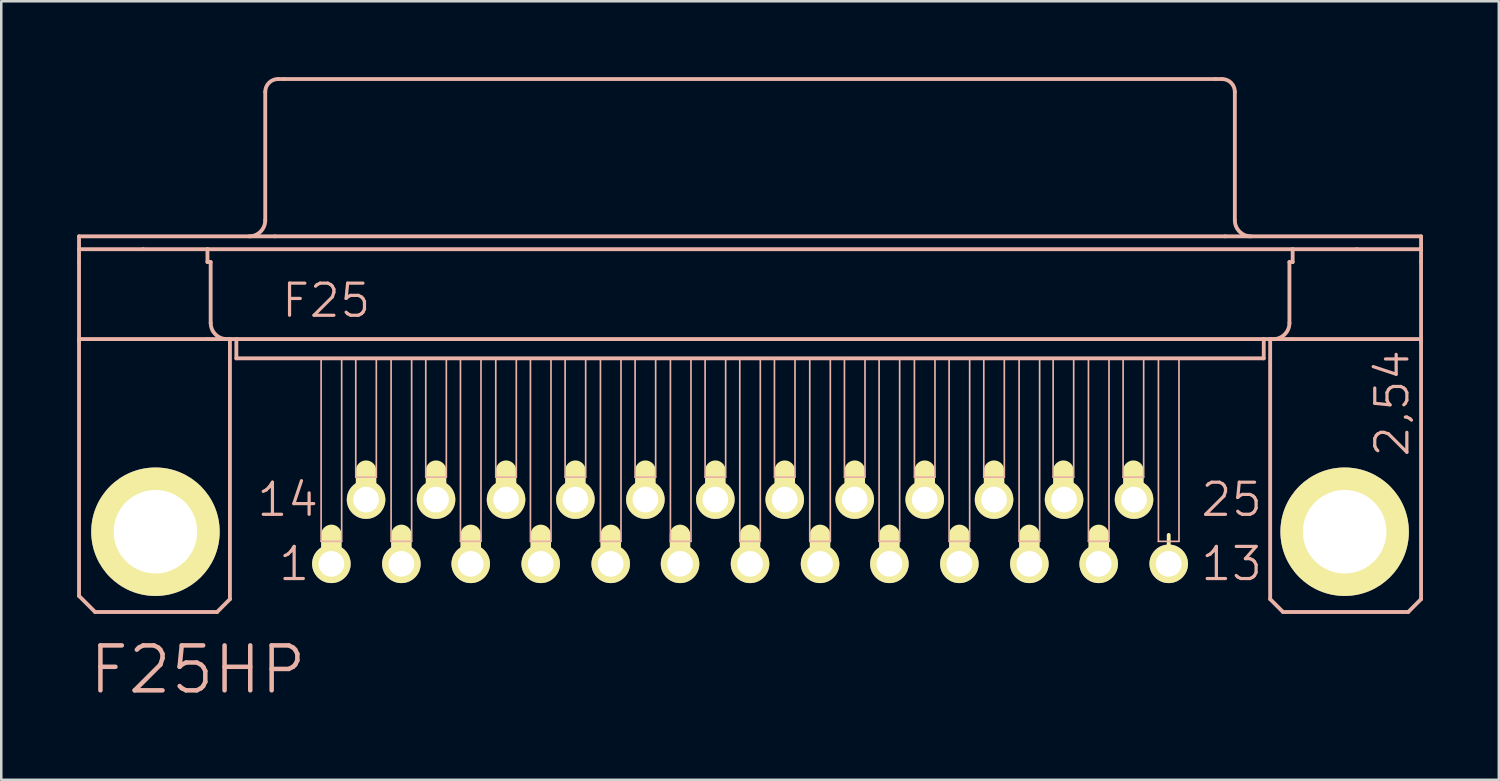
<source format=kicad_pcb>
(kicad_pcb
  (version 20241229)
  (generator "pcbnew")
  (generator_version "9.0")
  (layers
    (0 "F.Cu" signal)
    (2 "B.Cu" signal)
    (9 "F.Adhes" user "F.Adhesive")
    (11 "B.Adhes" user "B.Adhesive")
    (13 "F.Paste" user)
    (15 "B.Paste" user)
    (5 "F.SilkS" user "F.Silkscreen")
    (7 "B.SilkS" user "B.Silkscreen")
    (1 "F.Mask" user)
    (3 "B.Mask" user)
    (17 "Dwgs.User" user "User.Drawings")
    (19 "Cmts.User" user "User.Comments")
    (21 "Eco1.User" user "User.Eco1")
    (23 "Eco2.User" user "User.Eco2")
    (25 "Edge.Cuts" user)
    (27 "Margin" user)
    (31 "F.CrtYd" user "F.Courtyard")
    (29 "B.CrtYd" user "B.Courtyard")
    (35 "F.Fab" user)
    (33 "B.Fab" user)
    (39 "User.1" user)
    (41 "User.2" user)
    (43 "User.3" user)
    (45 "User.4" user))
  (footprint "F25HP"
    (layer "F.Cu")
    (at 26.619 17.983)
    (property "Reference" "F25HP" (at -21.844 5.461 0) (layer "B.SilkS") (effects (font (size 1.778 1.778) (thickness 0.178))))
    (attr exclude_from_pos_files exclude_from_bom)
    (fp_line (start -16.561 1.143) (end -16.561 0.127) (stroke (width 0.813) (type solid)) (layer "F.SilkS"))
    (fp_line (start -15.189 -1.397) (end -15.189 -2.413) (stroke (width 0.813) (type solid)) (layer "F.SilkS"))
    (fp_line (start -13.792 1.143) (end -13.792 0.127) (stroke (width 0.813) (type solid)) (layer "F.SilkS"))
    (fp_line (start -12.421 -1.397) (end -12.421 -2.413) (stroke (width 0.813) (type solid)) (layer "F.SilkS"))
    (fp_line (start -11.049 1.143) (end -11.049 0.127) (stroke (width 0.813) (type solid)) (layer "F.SilkS"))
    (fp_line (start -9.652 -1.397) (end -9.652 -2.413) (stroke (width 0.813) (type solid)) (layer "F.SilkS"))
    (fp_line (start -8.28 1.143) (end -8.28 0.127) (stroke (width 0.813) (type solid)) (layer "F.SilkS"))
    (fp_line (start -6.909 -1.397) (end -6.909 -2.413) (stroke (width 0.813) (type solid)) (layer "F.SilkS"))
    (fp_line (start -5.512 1.143) (end -5.512 0.127) (stroke (width 0.813) (type solid)) (layer "F.SilkS"))
    (fp_line (start -4.14 -1.397) (end -4.14 -2.413) (stroke (width 0.813) (type solid)) (layer "F.SilkS"))
    (fp_line (start -2.769 1.143) (end -2.769 0.127) (stroke (width 0.813) (type solid)) (layer "F.SilkS"))
    (fp_line (start -1.372 -1.397) (end -1.372 -2.413) (stroke (width 0.813) (type solid)) (layer "F.SilkS"))
    (fp_line (start 0 1.143) (end 0 0.127) (stroke (width 0.813) (type solid)) (layer "F.SilkS"))
    (fp_line (start 1.372 -1.397) (end 1.372 -2.413) (stroke (width 0.813) (type solid)) (layer "F.SilkS"))
    (fp_line (start 2.769 1.143) (end 2.769 0.127) (stroke (width 0.813) (type solid)) (layer "F.SilkS"))
    (fp_line (start 4.14 -1.397) (end 4.14 -2.413) (stroke (width 0.813) (type solid)) (layer "F.SilkS"))
    (fp_line (start 5.512 1.143) (end 5.512 0.127) (stroke (width 0.813) (type solid)) (layer "F.SilkS"))
    (fp_line (start 6.909 -1.397) (end 6.909 -2.413) (stroke (width 0.813) (type solid)) (layer "F.SilkS"))
    (fp_line (start 8.28 1.143) (end 8.28 0.127) (stroke (width 0.813) (type solid)) (layer "F.SilkS"))
    (fp_line (start 9.652 -1.397) (end 9.652 -2.413) (stroke (width 0.813) (type solid)) (layer "F.SilkS"))
    (fp_line (start 11.049 1.143) (end 11.049 0.127) (stroke (width 0.813) (type solid)) (layer "F.SilkS"))
    (fp_line (start 12.395 -1.397) (end 12.395 -2.413) (stroke (width 0.813) (type solid)) (layer "F.SilkS"))
    (fp_line (start 13.792 1.143) (end 13.792 0.127) (stroke (width 0.813) (type solid)) (layer "F.SilkS"))
    (fp_line (start 15.164 -1.397) (end 15.164 -2.413) (stroke (width 0.813) (type solid)) (layer "F.SilkS"))
    (fp_line (start 16.561 1.143) (end 16.561 0.127) (stroke (width 0.152) (type solid)) (layer "F.SilkS"))
    (fp_line (start -26.543 -11.684) (end -18.796 -11.684) (stroke (width 0.152) (type solid)) (layer "B.SilkS"))
    (fp_line (start -26.543 -11.684) (end 26.543 -11.684) (stroke (width 0.066) (type solid)) (layer "B.SilkS"))
    (fp_line (start -26.543 -11.176) (end -26.543 -11.684) (stroke (width 0.066) (type solid)) (layer "B.SilkS"))
    (fp_line (start -26.543 -11.176) (end -26.543 -11.684) (stroke (width 0.152) (type solid)) (layer "B.SilkS"))
    (fp_line (start -26.543 -11.176) (end -24.003 -11.176) (stroke (width 0.152) (type solid)) (layer "B.SilkS"))
    (fp_line (start -26.543 -11.176) (end 26.543 -11.176) (stroke (width 0.066) (type solid)) (layer "B.SilkS"))
    (fp_line (start -26.543 -10.668) (end -26.543 -11.176) (stroke (width 0.152) (type solid)) (layer "B.SilkS"))
    (fp_line (start -26.543 -7.62) (end -26.543 -10.668) (stroke (width 0.152) (type solid)) (layer "B.SilkS"))
    (fp_line (start -26.543 -7.62) (end -26.543 -7.493) (stroke (width 0.152) (type solid)) (layer "B.SilkS"))
    (fp_line (start -26.543 -7.62) (end -21.463 -7.62) (stroke (width 0.152) (type solid)) (layer "B.SilkS"))
    (fp_line (start -26.543 2.54) (end -26.543 -7.493) (stroke (width 0.152) (type solid)) (layer "B.SilkS"))
    (fp_line (start -25.908 3.175) (end -26.543 2.54) (stroke (width 0.152) (type solid)) (layer "B.SilkS"))
    (fp_line (start -24.003 -11.176) (end -21.463 -11.176) (stroke (width 0.152) (type solid)) (layer "B.SilkS"))
    (fp_line (start -21.463 -11.176) (end 21.463 -11.176) (stroke (width 0.152) (type solid)) (layer "B.SilkS"))
    (fp_line (start -21.463 -10.668) (end -21.463 -11.176) (stroke (width 0.152) (type solid)) (layer "B.SilkS"))
    (fp_line (start -21.463 -10.668) (end -21.336 -10.668) (stroke (width 0.152) (type solid)) (layer "B.SilkS"))
    (fp_line (start -21.463 -7.62) (end -20.574 -7.62) (stroke (width 0.152) (type solid)) (layer "B.SilkS"))
    (fp_line (start -21.336 -8.255) (end -21.336 -10.668) (stroke (width 0.152) (type solid)) (layer "B.SilkS"))
    (fp_line (start -21.082 3.175) (end -25.908 3.175) (stroke (width 0.152) (type solid)) (layer "B.SilkS"))
    (fp_line (start -21.082 3.175) (end -20.574 2.667) (stroke (width 0.152) (type solid)) (layer "B.SilkS"))
    (fp_line (start -20.574 -7.62) (end -20.32 -7.62) (stroke (width 0.152) (type solid)) (layer "B.SilkS"))
    (fp_line (start -20.574 2.667) (end -20.574 -7.62) (stroke (width 0.152) (type solid)) (layer "B.SilkS"))
    (fp_line (start -20.32 -7.62) (end -20.32 -6.858) (stroke (width 0.152) (type solid)) (layer "B.SilkS"))
    (fp_line (start -20.32 -7.62) (end 20.32 -7.62) (stroke (width 0.066) (type solid)) (layer "B.SilkS"))
    (fp_line (start -20.32 -7.62) (end 20.32 -7.62) (stroke (width 0.152) (type solid)) (layer "B.SilkS"))
    (fp_line (start -20.32 -6.858) (end -20.32 -7.62) (stroke (width 0.066) (type solid)) (layer "B.SilkS"))
    (fp_line (start -20.32 -6.858) (end 20.32 -6.858) (stroke (width 0.066) (type solid)) (layer "B.SilkS"))
    (fp_line (start -20.32 -6.858) (end 20.32 -6.858) (stroke (width 0.152) (type solid)) (layer "B.SilkS"))
    (fp_line (start -19.177 -12.319) (end -19.177 -17.399) (stroke (width 0.152) (type solid)) (layer "B.SilkS"))
    (fp_line (start -18.796 -11.684) (end 18.796 -11.684) (stroke (width 0.152) (type solid)) (layer "B.SilkS"))
    (fp_line (start -18.669 -17.907) (end -18.415 -17.907) (stroke (width 0.152) (type solid)) (layer "B.SilkS"))
    (fp_line (start -18.415 -17.907) (end 18.415 -17.907) (stroke (width 0.152) (type solid)) (layer "B.SilkS"))
    (fp_line (start -16.967 -6.858) (end -16.154 -6.858) (stroke (width 0.066) (type solid)) (layer "B.SilkS"))
    (fp_line (start -16.967 0.381) (end -16.967 -6.858) (stroke (width 0.066) (type solid)) (layer "B.SilkS"))
    (fp_line (start -16.967 0.381) (end -16.154 0.381) (stroke (width 0.066) (type solid)) (layer "B.SilkS"))
    (fp_line (start -16.154 0.381) (end -16.154 -6.858) (stroke (width 0.066) (type solid)) (layer "B.SilkS"))
    (fp_line (start -15.596 -6.858) (end -14.783 -6.858) (stroke (width 0.066) (type solid)) (layer "B.SilkS"))
    (fp_line (start -15.596 -2.159) (end -15.596 -6.858) (stroke (width 0.066) (type solid)) (layer "B.SilkS"))
    (fp_line (start -15.596 -2.159) (end -14.783 -2.159) (stroke (width 0.066) (type solid)) (layer "B.SilkS"))
    (fp_line (start -14.783 -2.159) (end -14.783 -6.858) (stroke (width 0.066) (type solid)) (layer "B.SilkS"))
    (fp_line (start -14.199 -6.858) (end -13.386 -6.858) (stroke (width 0.066) (type solid)) (layer "B.SilkS"))
    (fp_line (start -14.199 0.381) (end -14.199 -6.858) (stroke (width 0.066) (type solid)) (layer "B.SilkS"))
    (fp_line (start -14.199 0.381) (end -13.386 0.381) (stroke (width 0.066) (type solid)) (layer "B.SilkS"))
    (fp_line (start -13.386 0.381) (end -13.386 -6.858) (stroke (width 0.066) (type solid)) (layer "B.SilkS"))
    (fp_line (start -12.827 -6.858) (end -12.014 -6.858) (stroke (width 0.066) (type solid)) (layer "B.SilkS"))
    (fp_line (start -12.827 -2.159) (end -12.827 -6.858) (stroke (width 0.066) (type solid)) (layer "B.SilkS"))
    (fp_line (start -12.827 -2.159) (end -12.014 -2.159) (stroke (width 0.066) (type solid)) (layer "B.SilkS"))
    (fp_line (start -12.014 -2.159) (end -12.014 -6.858) (stroke (width 0.066) (type solid)) (layer "B.SilkS"))
    (fp_line (start -11.455 -6.858) (end -10.643 -6.858) (stroke (width 0.066) (type solid)) (layer "B.SilkS"))
    (fp_line (start -11.455 0.381) (end -11.455 -6.858) (stroke (width 0.066) (type solid)) (layer "B.SilkS"))
    (fp_line (start -11.455 0.381) (end -10.643 0.381) (stroke (width 0.066) (type solid)) (layer "B.SilkS"))
    (fp_line (start -10.643 0.381) (end -10.643 -6.858) (stroke (width 0.066) (type solid)) (layer "B.SilkS"))
    (fp_line (start -10.058 -6.858) (end -9.246 -6.858) (stroke (width 0.066) (type solid)) (layer "B.SilkS"))
    (fp_line (start -10.058 -2.159) (end -10.058 -6.858) (stroke (width 0.066) (type solid)) (layer "B.SilkS"))
    (fp_line (start -10.058 -2.159) (end -9.246 -2.159) (stroke (width 0.066) (type solid)) (layer "B.SilkS"))
    (fp_line (start -9.246 -2.159) (end -9.246 -6.858) (stroke (width 0.066) (type solid)) (layer "B.SilkS"))
    (fp_line (start -8.687 -6.858) (end -7.874 -6.858) (stroke (width 0.066) (type solid)) (layer "B.SilkS"))
    (fp_line (start -8.687 0.381) (end -8.687 -6.858) (stroke (width 0.066) (type solid)) (layer "B.SilkS"))
    (fp_line (start -8.687 0.381) (end -7.874 0.381) (stroke (width 0.066) (type solid)) (layer "B.SilkS"))
    (fp_line (start -7.874 0.381) (end -7.874 -6.858) (stroke (width 0.066) (type solid)) (layer "B.SilkS"))
    (fp_line (start -7.315 -6.858) (end -6.502 -6.858) (stroke (width 0.066) (type solid)) (layer "B.SilkS"))
    (fp_line (start -7.315 -2.159) (end -7.315 -6.858) (stroke (width 0.066) (type solid)) (layer "B.SilkS"))
    (fp_line (start -7.315 -2.159) (end -6.502 -2.159) (stroke (width 0.066) (type solid)) (layer "B.SilkS"))
    (fp_line (start -6.502 -2.159) (end -6.502 -6.858) (stroke (width 0.066) (type solid)) (layer "B.SilkS"))
    (fp_line (start -5.918 -6.858) (end -5.105 -6.858) (stroke (width 0.066) (type solid)) (layer "B.SilkS"))
    (fp_line (start -5.918 0.381) (end -5.918 -6.858) (stroke (width 0.066) (type solid)) (layer "B.SilkS"))
    (fp_line (start -5.918 0.381) (end -5.105 0.381) (stroke (width 0.066) (type solid)) (layer "B.SilkS"))
    (fp_line (start -5.105 0.381) (end -5.105 -6.858) (stroke (width 0.066) (type solid)) (layer "B.SilkS"))
    (fp_line (start -4.547 -6.858) (end -3.734 -6.858) (stroke (width 0.066) (type solid)) (layer "B.SilkS"))
    (fp_line (start -4.547 -2.159) (end -4.547 -6.858) (stroke (width 0.066) (type solid)) (layer "B.SilkS"))
    (fp_line (start -4.547 -2.159) (end -3.734 -2.159) (stroke (width 0.066) (type solid)) (layer "B.SilkS"))
    (fp_line (start -3.734 -2.159) (end -3.734 -6.858) (stroke (width 0.066) (type solid)) (layer "B.SilkS"))
    (fp_line (start -3.15 -6.858) (end -2.337 -6.858) (stroke (width 0.066) (type solid)) (layer "B.SilkS"))
    (fp_line (start -3.15 0.381) (end -3.15 -6.858) (stroke (width 0.066) (type solid)) (layer "B.SilkS"))
    (fp_line (start -3.15 0.381) (end -2.337 0.381) (stroke (width 0.066) (type solid)) (layer "B.SilkS"))
    (fp_line (start -2.337 0.381) (end -2.337 -6.858) (stroke (width 0.066) (type solid)) (layer "B.SilkS"))
    (fp_line (start -1.778 -6.858) (end -0.965 -6.858) (stroke (width 0.066) (type solid)) (layer "B.SilkS"))
    (fp_line (start -1.778 -2.159) (end -1.778 -6.858) (stroke (width 0.066) (type solid)) (layer "B.SilkS"))
    (fp_line (start -1.778 -2.159) (end -0.965 -2.159) (stroke (width 0.066) (type solid)) (layer "B.SilkS"))
    (fp_line (start -0.965 -2.159) (end -0.965 -6.858) (stroke (width 0.066) (type solid)) (layer "B.SilkS"))
    (fp_line (start -0.406 -6.858) (end 0.406 -6.858) (stroke (width 0.066) (type solid)) (layer "B.SilkS"))
    (fp_line (start -0.406 0.381) (end -0.406 -6.858) (stroke (width 0.066) (type solid)) (layer "B.SilkS"))
    (fp_line (start -0.406 0.381) (end 0.406 0.381) (stroke (width 0.066) (type solid)) (layer "B.SilkS"))
    (fp_line (start 0.406 0.381) (end 0.406 -6.858) (stroke (width 0.066) (type solid)) (layer "B.SilkS"))
    (fp_line (start 0.965 -6.858) (end 1.778 -6.858) (stroke (width 0.066) (type solid)) (layer "B.SilkS"))
    (fp_line (start 0.965 -2.159) (end 0.965 -6.858) (stroke (width 0.066) (type solid)) (layer "B.SilkS"))
    (fp_line (start 0.965 -2.159) (end 1.778 -2.159) (stroke (width 0.066) (type solid)) (layer "B.SilkS"))
    (fp_line (start 1.778 -2.159) (end 1.778 -6.858) (stroke (width 0.066) (type solid)) (layer "B.SilkS"))
    (fp_line (start 2.362 -6.858) (end 3.175 -6.858) (stroke (width 0.066) (type solid)) (layer "B.SilkS"))
    (fp_line (start 2.362 0.381) (end 2.362 -6.858) (stroke (width 0.066) (type solid)) (layer "B.SilkS"))
    (fp_line (start 2.362 0.381) (end 3.175 0.381) (stroke (width 0.066) (type solid)) (layer "B.SilkS"))
    (fp_line (start 3.175 0.381) (end 3.175 -6.858) (stroke (width 0.066) (type solid)) (layer "B.SilkS"))
    (fp_line (start 3.734 -6.858) (end 4.547 -6.858) (stroke (width 0.066) (type solid)) (layer "B.SilkS"))
    (fp_line (start 3.734 -2.159) (end 3.734 -6.858) (stroke (width 0.066) (type solid)) (layer "B.SilkS"))
    (fp_line (start 3.734 -2.159) (end 4.547 -2.159) (stroke (width 0.066) (type solid)) (layer "B.SilkS"))
    (fp_line (start 4.547 -2.159) (end 4.547 -6.858) (stroke (width 0.066) (type solid)) (layer "B.SilkS"))
    (fp_line (start 5.105 -6.858) (end 5.918 -6.858) (stroke (width 0.066) (type solid)) (layer "B.SilkS"))
    (fp_line (start 5.105 0.381) (end 5.105 -6.858) (stroke (width 0.066) (type solid)) (layer "B.SilkS"))
    (fp_line (start 5.105 0.381) (end 5.918 0.381) (stroke (width 0.066) (type solid)) (layer "B.SilkS"))
    (fp_line (start 5.918 0.381) (end 5.918 -6.858) (stroke (width 0.066) (type solid)) (layer "B.SilkS"))
    (fp_line (start 6.502 -6.858) (end 7.315 -6.858) (stroke (width 0.066) (type solid)) (layer "B.SilkS"))
    (fp_line (start 6.502 -2.159) (end 6.502 -6.858) (stroke (width 0.066) (type solid)) (layer "B.SilkS"))
    (fp_line (start 6.502 -2.159) (end 7.315 -2.159) (stroke (width 0.066) (type solid)) (layer "B.SilkS"))
    (fp_line (start 7.315 -2.159) (end 7.315 -6.858) (stroke (width 0.066) (type solid)) (layer "B.SilkS"))
    (fp_line (start 7.874 -6.858) (end 8.687 -6.858) (stroke (width 0.066) (type solid)) (layer "B.SilkS"))
    (fp_line (start 7.874 0.381) (end 7.874 -6.858) (stroke (width 0.066) (type solid)) (layer "B.SilkS"))
    (fp_line (start 7.874 0.381) (end 8.687 0.381) (stroke (width 0.066) (type solid)) (layer "B.SilkS"))
    (fp_line (start 8.687 0.381) (end 8.687 -6.858) (stroke (width 0.066) (type solid)) (layer "B.SilkS"))
    (fp_line (start 9.246 -6.858) (end 10.058 -6.858) (stroke (width 0.066) (type solid)) (layer "B.SilkS"))
    (fp_line (start 9.246 -2.159) (end 9.246 -6.858) (stroke (width 0.066) (type solid)) (layer "B.SilkS"))
    (fp_line (start 9.246 -2.159) (end 10.058 -2.159) (stroke (width 0.066) (type solid)) (layer "B.SilkS"))
    (fp_line (start 10.058 -2.159) (end 10.058 -6.858) (stroke (width 0.066) (type solid)) (layer "B.SilkS"))
    (fp_line (start 10.643 -6.858) (end 11.455 -6.858) (stroke (width 0.066) (type solid)) (layer "B.SilkS"))
    (fp_line (start 10.643 0.381) (end 10.643 -6.858) (stroke (width 0.066) (type solid)) (layer "B.SilkS"))
    (fp_line (start 10.643 0.381) (end 11.455 0.381) (stroke (width 0.066) (type solid)) (layer "B.SilkS"))
    (fp_line (start 11.455 0.381) (end 11.455 -6.858) (stroke (width 0.066) (type solid)) (layer "B.SilkS"))
    (fp_line (start 11.989 -6.858) (end 12.802 -6.858) (stroke (width 0.066) (type solid)) (layer "B.SilkS"))
    (fp_line (start 11.989 -2.159) (end 11.989 -6.858) (stroke (width 0.066) (type solid)) (layer "B.SilkS"))
    (fp_line (start 11.989 -2.159) (end 12.802 -2.159) (stroke (width 0.066) (type solid)) (layer "B.SilkS"))
    (fp_line (start 12.802 -2.159) (end 12.802 -6.858) (stroke (width 0.066) (type solid)) (layer "B.SilkS"))
    (fp_line (start 13.386 -6.858) (end 14.199 -6.858) (stroke (width 0.066) (type solid)) (layer "B.SilkS"))
    (fp_line (start 13.386 0.381) (end 13.386 -6.858) (stroke (width 0.066) (type solid)) (layer "B.SilkS"))
    (fp_line (start 13.386 0.381) (end 14.199 0.381) (stroke (width 0.066) (type solid)) (layer "B.SilkS"))
    (fp_line (start 14.199 0.381) (end 14.199 -6.858) (stroke (width 0.066) (type solid)) (layer "B.SilkS"))
    (fp_line (start 14.757 -6.858) (end 15.57 -6.858) (stroke (width 0.066) (type solid)) (layer "B.SilkS"))
    (fp_line (start 14.757 -2.159) (end 14.757 -6.858) (stroke (width 0.066) (type solid)) (layer "B.SilkS"))
    (fp_line (start 14.757 -2.159) (end 15.57 -2.159) (stroke (width 0.066) (type solid)) (layer "B.SilkS"))
    (fp_line (start 15.57 -2.159) (end 15.57 -6.858) (stroke (width 0.066) (type solid)) (layer "B.SilkS"))
    (fp_line (start 16.154 -6.858) (end 16.967 -6.858) (stroke (width 0.066) (type solid)) (layer "B.SilkS"))
    (fp_line (start 16.154 0.381) (end 16.154 -6.858) (stroke (width 0.066) (type solid)) (layer "B.SilkS"))
    (fp_line (start 16.154 0.381) (end 16.967 0.381) (stroke (width 0.066) (type solid)) (layer "B.SilkS"))
    (fp_line (start 16.967 0.381) (end 16.967 -6.858) (stroke (width 0.066) (type solid)) (layer "B.SilkS"))
    (fp_line (start 18.415 -17.907) (end 18.669 -17.907) (stroke (width 0.152) (type solid)) (layer "B.SilkS"))
    (fp_line (start 18.796 -11.684) (end 26.543 -11.684) (stroke (width 0.152) (type solid)) (layer "B.SilkS"))
    (fp_line (start 19.177 -12.319) (end 19.177 -17.399) (stroke (width 0.152) (type solid)) (layer "B.SilkS"))
    (fp_line (start 20.32 -7.62) (end 20.32 -6.858) (stroke (width 0.152) (type solid)) (layer "B.SilkS"))
    (fp_line (start 20.32 -7.62) (end 20.574 -7.62) (stroke (width 0.152) (type solid)) (layer "B.SilkS"))
    (fp_line (start 20.32 -6.858) (end 20.32 -7.62) (stroke (width 0.066) (type solid)) (layer "B.SilkS"))
    (fp_line (start 20.574 -7.62) (end 21.463 -7.62) (stroke (width 0.152) (type solid)) (layer "B.SilkS"))
    (fp_line (start 20.574 2.667) (end 20.574 -7.62) (stroke (width 0.152) (type solid)) (layer "B.SilkS"))
    (fp_line (start 20.574 2.667) (end 21.082 3.175) (stroke (width 0.152) (type solid)) (layer "B.SilkS"))
    (fp_line (start 21.082 3.175) (end 26.035 3.175) (stroke (width 0.152) (type solid)) (layer "B.SilkS"))
    (fp_line (start 21.336 -10.668) (end 21.463 -10.668) (stroke (width 0.152) (type solid)) (layer "B.SilkS"))
    (fp_line (start 21.336 -8.255) (end 21.336 -10.668) (stroke (width 0.152) (type solid)) (layer "B.SilkS"))
    (fp_line (start 21.463 -11.176) (end 24.003 -11.176) (stroke (width 0.152) (type solid)) (layer "B.SilkS"))
    (fp_line (start 21.463 -10.668) (end 21.463 -11.176) (stroke (width 0.152) (type solid)) (layer "B.SilkS"))
    (fp_line (start 21.463 -7.62) (end 26.543 -7.62) (stroke (width 0.152) (type solid)) (layer "B.SilkS"))
    (fp_line (start 24.003 -11.176) (end 26.543 -11.176) (stroke (width 0.152) (type solid)) (layer "B.SilkS"))
    (fp_line (start 26.035 3.175) (end 26.543 2.667) (stroke (width 0.152) (type solid)) (layer "B.SilkS"))
    (fp_line (start 26.543 -11.684) (end 26.543 -11.176) (stroke (width 0.152) (type solid)) (layer "B.SilkS"))
    (fp_line (start 26.543 -11.176) (end 26.543 -11.684) (stroke (width 0.066) (type solid)) (layer "B.SilkS"))
    (fp_line (start 26.543 -11.176) (end 26.543 -10.668) (stroke (width 0.152) (type solid)) (layer "B.SilkS"))
    (fp_line (start 26.543 -10.668) (end 26.543 -7.62) (stroke (width 0.152) (type solid)) (layer "B.SilkS"))
    (fp_line (start 26.543 -7.62) (end 26.543 -7.493) (stroke (width 0.152) (type solid)) (layer "B.SilkS"))
    (fp_line (start 26.543 2.667) (end 26.543 -7.493) (stroke (width 0.152) (type solid)) (layer "B.SilkS"))
    (fp_arc (start -20.69846 -7.62) (mid -21.147473 -7.805987) (end -21.33346 -8.255) (stroke (width 0.1524) (type solid)) (layer "B.SilkS"))
    (fp_arc (start -19.177 -17.399) (mid -19.02821 -17.75821) (end -18.669 -17.907) (stroke (width 0.1524) (type solid)) (layer "B.SilkS"))
    (fp_arc (start -19.177 -12.319) (mid -19.362987 -11.869987) (end -19.812 -11.684) (stroke (width 0.1524) (type solid)) (layer "B.SilkS"))
    (fp_arc (start 18.669 -17.907) (mid 19.02821 -17.75821) (end 19.177 -17.399) (stroke (width 0.1524) (type solid)) (layer "B.SilkS"))
    (fp_arc (start 19.812 -11.684) (mid 19.362987 -11.869987) (end 19.177 -12.319) (stroke (width 0.1524) (type solid)) (layer "B.SilkS"))
    (fp_arc (start 21.336 -8.255) (mid 21.149269 -7.804191) (end 20.69846 -7.61746) (stroke (width 0.1524) (type solid)) (layer "B.SilkS"))
    (fp_circle (center -23.52 0) (end -24.346 0.826) (stroke (width 0.076) (type solid)) (fill no) (layer "B.SilkS"))
    (fp_circle (center 23.52 0) (end 24.346 0.826) (stroke (width 0.076) (type solid)) (fill no) (layer "B.SilkS"))
    (fp_text user "25" (at 19.05 -1.27 0) (layer "B.SilkS") (effects (font (size 1.27 1.27) (thickness 0.127))))
    (fp_text user "2,54" (at 25.4 -5.08 90) (layer "B.SilkS") (effects (font (size 1.27 1.27) (thickness 0.127))))
    (fp_text user "F25" (at -16.764 -9.144 0) (layer "B.SilkS") (effects (font (size 1.27 1.27) (thickness 0.127))))
    (fp_text user "13" (at 19.05 1.27 0) (layer "B.SilkS") (effects (font (size 1.27 1.27) (thickness 0.127))))
    (fp_text user "1" (at -18.034 1.27 0) (layer "B.SilkS") (effects (font (size 1.27 1.27) (thickness 0.127))))
    (fp_text user "14" (at -18.288 -1.27 0) (layer "B.SilkS") (effects (font (size 1.27 1.27) (thickness 0.127))))
    (pad "1" thru_hole circle (at -16.561 1.27) (size 1.524 1.524) (drill 1.016) (layers "*.Cu" "F.Mask" "F.SilkS" "F.Paste"))
    (pad "2" thru_hole circle (at -13.792 1.27) (size 1.524 1.524) (drill 1.016) (layers "*.Cu" "F.Mask" "F.SilkS" "F.Paste"))
    (pad "3" thru_hole circle (at -11.049 1.27) (size 1.524 1.524) (drill 1.016) (layers "*.Cu" "F.Mask" "F.SilkS" "F.Paste"))
    (pad "4" thru_hole circle (at -8.28 1.27) (size 1.524 1.524) (drill 1.016) (layers "*.Cu" "F.Mask" "F.SilkS" "F.Paste"))
    (pad "5" thru_hole circle (at -5.512 1.27) (size 1.524 1.524) (drill 1.016) (layers "*.Cu" "F.Mask" "F.SilkS" "F.Paste"))
    (pad "6" thru_hole circle (at -2.769 1.27) (size 1.524 1.524) (drill 1.016) (layers "*.Cu" "F.Mask" "F.SilkS" "F.Paste"))
    (pad "7" thru_hole circle (at 0 1.27) (size 1.524 1.524) (drill 1.016) (layers "*.Cu" "F.Mask" "F.SilkS" "F.Paste"))
    (pad "8" thru_hole circle (at 2.769 1.27) (size 1.524 1.524) (drill 1.016) (layers "*.Cu" "F.Mask" "F.SilkS" "F.Paste"))
    (pad "9" thru_hole circle (at 5.512 1.27) (size 1.524 1.524) (drill 1.016) (layers "*.Cu" "F.Mask" "F.SilkS" "F.Paste"))
    (pad "10" thru_hole circle (at 8.28 1.27) (size 1.524 1.524) (drill 1.016) (layers "*.Cu" "F.Mask" "F.SilkS" "F.Paste"))
    (pad "11" thru_hole circle (at 11.049 1.27) (size 1.524 1.524) (drill 1.016) (layers "*.Cu" "F.Mask" "F.SilkS" "F.Paste"))
    (pad "12" thru_hole circle (at 13.792 1.27) (size 1.524 1.524) (drill 1.016) (layers "*.Cu" "F.Mask" "F.SilkS" "F.Paste"))
    (pad "13" thru_hole circle (at 16.561 1.27) (size 1.524 1.524) (drill 1.016) (layers "*.Cu" "F.Mask" "F.SilkS" "F.Paste"))
    (pad "14" thru_hole circle (at -15.189 -1.27) (size 1.524 1.524) (drill 1.016) (layers "*.Cu" "F.Mask" "F.SilkS" "F.Paste"))
    (pad "15" thru_hole circle (at -12.421 -1.27) (size 1.524 1.524) (drill 1.016) (layers "*.Cu" "F.Mask" "F.SilkS" "F.Paste"))
    (pad "16" thru_hole circle (at -9.652 -1.27) (size 1.524 1.524) (drill 1.016) (layers "*.Cu" "F.Mask" "F.SilkS" "F.Paste"))
    (pad "17" thru_hole circle (at -6.909 -1.27) (size 1.524 1.524) (drill 1.016) (layers "*.Cu" "F.Mask" "F.SilkS" "F.Paste"))
    (pad "18" thru_hole circle (at -4.14 -1.27) (size 1.524 1.524) (drill 1.016) (layers "*.Cu" "F.Mask" "F.SilkS" "F.Paste"))
    (pad "19" thru_hole circle (at -1.372 -1.27) (size 1.524 1.524) (drill 1.016) (layers "*.Cu" "F.Mask" "F.SilkS" "F.Paste"))
    (pad "20" thru_hole circle (at 1.372 -1.27) (size 1.524 1.524) (drill 1.016) (layers "*.Cu" "F.Mask" "F.SilkS" "F.Paste"))
    (pad "21" thru_hole circle (at 4.14 -1.27) (size 1.524 1.524) (drill 1.016) (layers "*.Cu" "F.Mask" "F.SilkS" "F.Paste"))
    (pad "22" thru_hole circle (at 6.909 -1.27) (size 1.524 1.524) (drill 1.016) (layers "*.Cu" "F.Mask" "F.SilkS" "F.Paste"))
    (pad "23" thru_hole circle (at 9.652 -1.27) (size 1.524 1.524) (drill 1.016) (layers "*.Cu" "F.Mask" "F.SilkS" "F.Paste"))
    (pad "24" thru_hole circle (at 12.421 -1.27) (size 1.524 1.524) (drill 1.016) (layers "*.Cu" "F.Mask" "F.SilkS" "F.Paste"))
    (pad "25" thru_hole circle (at 15.189 -1.27) (size 1.524 1.524) (drill 1.016) (layers "*.Cu" "F.Mask" "F.SilkS" "F.Paste"))
    (pad "G1" thru_hole circle (at -23.52 0) (size 5.08 5.08) (drill 3.302) (layers "*.Cu" "F.Mask" "F.SilkS" "F.Paste"))
    (pad "G2" thru_hole circle (at 23.52 0) (size 5.08 5.08) (drill 3.302) (layers "*.Cu" "F.Mask" "F.SilkS" "F.Paste")))
  (gr_rect
    (start -3 -3)
    (end 56.238 27.796)
    (stroke (width 0.1) (type default))
    (fill no)
    (layer "Edge.Cuts")))
</source>
